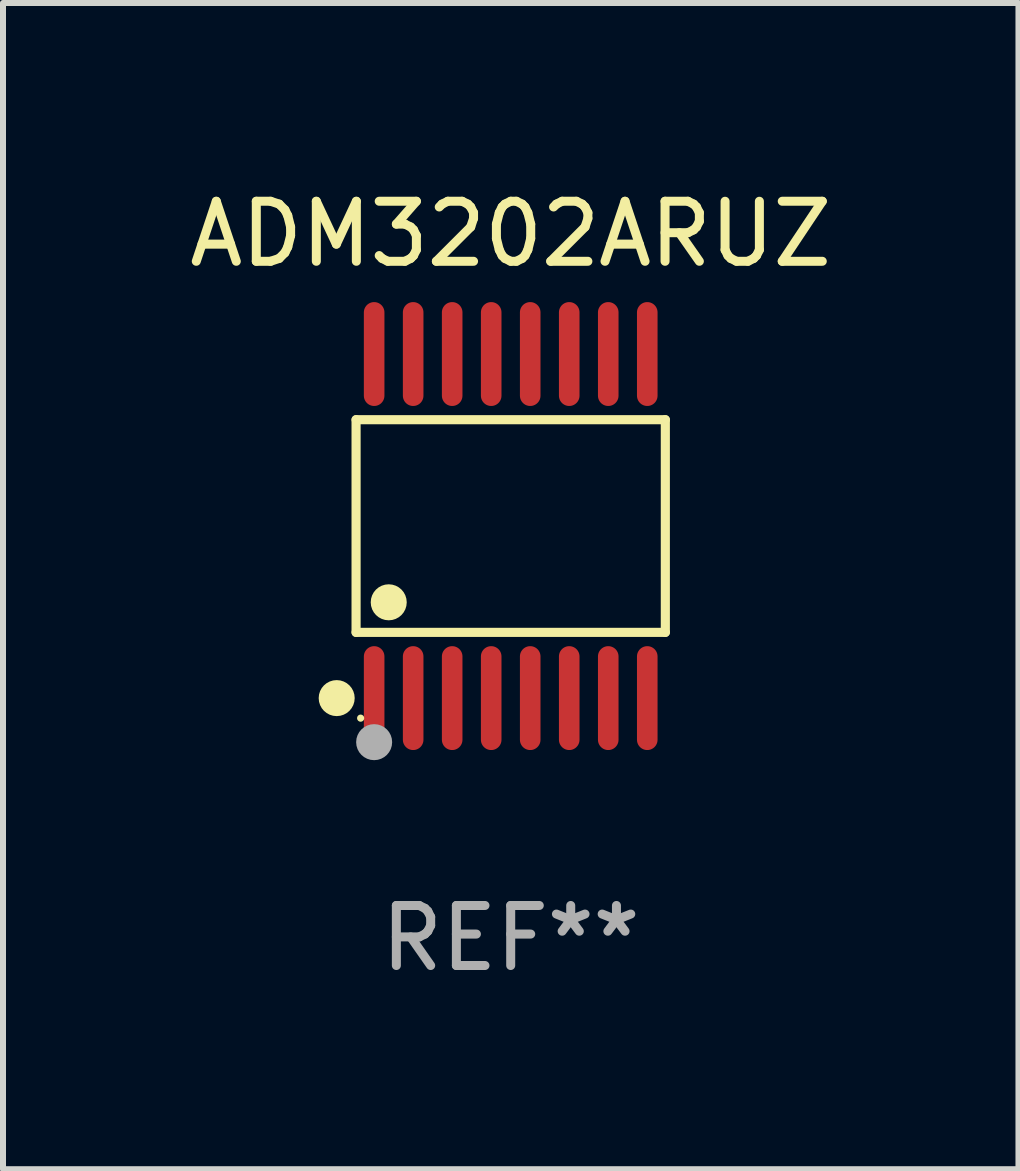
<source format=kicad_pcb>
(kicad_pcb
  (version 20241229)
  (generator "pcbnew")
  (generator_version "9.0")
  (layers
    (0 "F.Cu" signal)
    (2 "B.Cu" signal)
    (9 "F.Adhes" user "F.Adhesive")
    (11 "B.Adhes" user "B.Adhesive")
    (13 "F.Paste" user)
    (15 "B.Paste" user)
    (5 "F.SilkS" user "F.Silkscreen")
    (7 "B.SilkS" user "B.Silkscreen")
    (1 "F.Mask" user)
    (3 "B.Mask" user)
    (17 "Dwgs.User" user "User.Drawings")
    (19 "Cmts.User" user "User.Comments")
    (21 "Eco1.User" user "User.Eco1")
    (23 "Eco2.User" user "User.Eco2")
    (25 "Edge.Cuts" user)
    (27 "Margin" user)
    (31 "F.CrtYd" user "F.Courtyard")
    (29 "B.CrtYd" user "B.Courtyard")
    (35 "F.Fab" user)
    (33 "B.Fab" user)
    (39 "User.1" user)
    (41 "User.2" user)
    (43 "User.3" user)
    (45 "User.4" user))
  (footprint "ADM3202ARUZ"
    (layer "F.Cu")
    (at 5.458 5.714)
    (property "Reference" "ADM3202ARUZ" (at 0 -4.866 0) (layer "F.SilkS") (effects (font (size 1 1) (thickness 0.15))))
    (attr through_hole)
    (fp_line (start -2.576 -1.772) (end 2.576 -1.772) (stroke (width 0.152) (type solid)) (layer "F.SilkS"))
    (fp_line (start -2.576 1.771) (end -2.576 -1.772) (stroke (width 0.152) (type solid)) (layer "F.SilkS"))
    (fp_line (start 2.576 -1.772) (end 2.576 1.771) (stroke (width 0.152) (type solid)) (layer "F.SilkS"))
    (fp_line (start 2.576 1.771) (end -2.576 1.771) (stroke (width 0.152) (type solid)) (layer "F.SilkS"))
    (fp_circle (center -2.899 2.866) (end -2.749 2.866) (stroke (width 0.3) (type solid)) (fill no) (layer "F.SilkS"))
    (fp_circle (center -2.5 3.2) (end -2.47 3.2) (stroke (width 0.06) (type solid)) (fill no) (layer "F.SilkS"))
    (fp_circle (center -2.032 1.27) (end -1.882 1.27) (stroke (width 0.3) (type solid)) (fill no) (layer "F.SilkS"))
    (fp_circle (center -2.275 3.6) (end -2.125 3.6) (stroke (width 0.3) (type solid)) (fill no) (layer "F.Fab"))
    (fp_text user "REF**" (at 0 6.866 0) (layer "F.Fab") (effects (font (size 1 1) (thickness 0.15))))
    (pad "1" smd oval (at -2.275 2.866) (size 0.343 1.731) (layers "F.Cu" "F.Mask" "F.Paste"))
    (pad "2" smd oval (at -1.625 2.866) (size 0.343 1.731) (layers "F.Cu" "F.Mask" "F.Paste"))
    (pad "3" smd oval (at -0.975 2.866) (size 0.343 1.731) (layers "F.Cu" "F.Mask" "F.Paste"))
    (pad "4" smd oval (at -0.325 2.866) (size 0.343 1.731) (layers "F.Cu" "F.Mask" "F.Paste"))
    (pad "5" smd oval (at 0.325 2.866) (size 0.343 1.731) (layers "F.Cu" "F.Mask" "F.Paste"))
    (pad "6" smd oval (at 0.975 2.866) (size 0.343 1.731) (layers "F.Cu" "F.Mask" "F.Paste"))
    (pad "7" smd oval (at 1.625 2.866) (size 0.343 1.731) (layers "F.Cu" "F.Mask" "F.Paste"))
    (pad "8" smd oval (at 2.275 2.866) (size 0.343 1.731) (layers "F.Cu" "F.Mask" "F.Paste"))
    (pad "9" smd oval (at 2.275 -2.866) (size 0.343 1.731) (layers "F.Cu" "F.Mask" "F.Paste"))
    (pad "10" smd oval (at 1.625 -2.866) (size 0.343 1.731) (layers "F.Cu" "F.Mask" "F.Paste"))
    (pad "11" smd oval (at 0.975 -2.866) (size 0.343 1.731) (layers "F.Cu" "F.Mask" "F.Paste"))
    (pad "12" smd oval (at 0.325 -2.866) (size 0.343 1.731) (layers "F.Cu" "F.Mask" "F.Paste"))
    (pad "13" smd oval (at -0.325 -2.866) (size 0.343 1.731) (layers "F.Cu" "F.Mask" "F.Paste"))
    (pad "14" smd oval (at -0.975 -2.866) (size 0.343 1.731) (layers "F.Cu" "F.Mask" "F.Paste"))
    (pad "15" smd oval (at -1.625 -2.866) (size 0.343 1.731) (layers "F.Cu" "F.Mask" "F.Paste"))
    (pad "16" smd oval (at -2.275 -2.866) (size 0.343 1.731) (layers "F.Cu" "F.Mask" "F.Paste")))
  (gr_rect
    (start -3 -3)
    (end 13.917 16.428)
    (stroke (width 0.1) (type default))
    (fill no)
    (layer "Edge.Cuts")))
</source>
